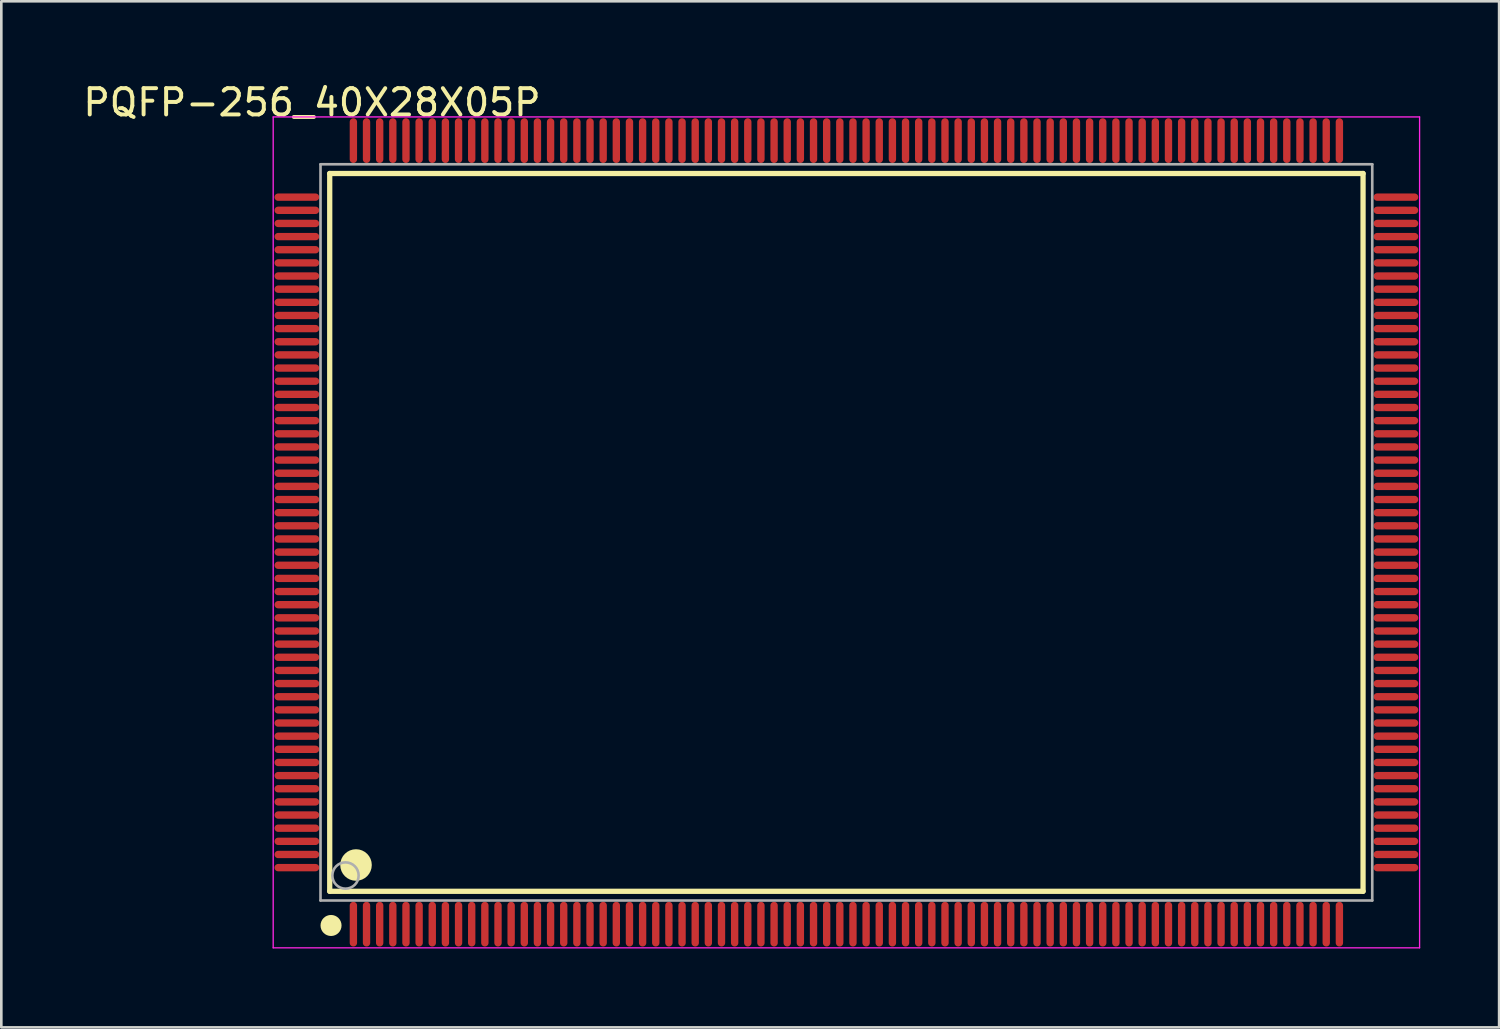
<source format=kicad_pcb>
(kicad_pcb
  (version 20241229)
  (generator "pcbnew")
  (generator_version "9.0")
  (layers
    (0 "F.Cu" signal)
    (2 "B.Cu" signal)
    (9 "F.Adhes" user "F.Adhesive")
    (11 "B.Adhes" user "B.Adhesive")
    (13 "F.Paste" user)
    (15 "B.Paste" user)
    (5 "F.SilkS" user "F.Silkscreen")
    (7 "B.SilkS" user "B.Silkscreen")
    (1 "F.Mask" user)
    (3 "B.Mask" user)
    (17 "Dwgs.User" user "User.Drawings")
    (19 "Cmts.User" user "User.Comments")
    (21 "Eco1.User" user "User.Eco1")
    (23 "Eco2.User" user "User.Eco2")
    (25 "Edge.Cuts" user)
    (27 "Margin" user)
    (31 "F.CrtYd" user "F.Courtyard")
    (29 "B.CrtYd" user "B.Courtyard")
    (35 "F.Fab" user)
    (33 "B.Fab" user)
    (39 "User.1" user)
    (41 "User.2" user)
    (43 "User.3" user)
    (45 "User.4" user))
  (footprint "PQFP-256_40X28X05P"
    (layer "F.Cu")
    (at 29.14 17.198)
    (property "Reference" "PQFP-256_40X28X05P" (at -20.324 -16.35 0) (layer "F.SilkS") (effects (font (size 1 1) (thickness 0.15))))
    (attr through_hole)
    (fp_line (start -19.65 -13.65) (end 19.65 -13.65) (stroke (width 0.2) (type solid)) (layer "F.SilkS"))
    (fp_line (start -19.65 13.65) (end -19.65 -13.65) (stroke (width 0.2) (type solid)) (layer "F.SilkS"))
    (fp_line (start -19.65 13.65) (end 19.65 13.65) (stroke (width 0.2) (type solid)) (layer "F.SilkS"))
    (fp_line (start 19.65 13.65) (end 19.65 -13.65) (stroke (width 0.2) (type solid)) (layer "F.SilkS"))
    (fp_circle (center -19.6 14.95) (end -19.4 14.95) (stroke (width 0.4) (type solid)) (fill no) (layer "F.SilkS"))
    (fp_circle (center -18.65 12.65) (end -18.35 12.65) (stroke (width 0.6) (type solid)) (fill no) (layer "F.SilkS"))
    (fp_line (start -21.8 -15.8) (end 21.8 -15.8) (stroke (width 0.05) (type solid)) (layer "F.CrtYd"))
    (fp_line (start -21.8 15.8) (end -21.8 -15.8) (stroke (width 0.05) (type solid)) (layer "F.CrtYd"))
    (fp_line (start 21.8 -15.8) (end 21.8 15.8) (stroke (width 0.05) (type solid)) (layer "F.CrtYd"))
    (fp_line (start 21.8 15.8) (end -21.8 15.8) (stroke (width 0.05) (type solid)) (layer "F.CrtYd"))
    (fp_line (start -20 -14) (end 20 -14) (stroke (width 0.1) (type solid)) (layer "F.Fab"))
    (fp_line (start -20 14) (end -20 -14) (stroke (width 0.1) (type solid)) (layer "F.Fab"))
    (fp_line (start -20 14) (end 20 14) (stroke (width 0.1) (type solid)) (layer "F.Fab"))
    (fp_line (start 20 14) (end 20 -14) (stroke (width 0.1) (type solid)) (layer "F.Fab"))
    (fp_circle (center -19.05 13.05) (end -18.55 13.05) (stroke (width 0.1) (type solid)) (fill no) (layer "F.Fab"))
    (pad "1" smd oval (at -18.75 14.9 180) (size 0.28 1.7) (layers "F.Cu" "F.Mask" "F.Paste"))
    (pad "2" smd oval (at -18.25 14.9 180) (size 0.28 1.7) (layers "F.Cu" "F.Mask" "F.Paste"))
    (pad "3" smd oval (at -17.75 14.9 180) (size 0.28 1.7) (layers "F.Cu" "F.Mask" "F.Paste"))
    (pad "4" smd oval (at -17.25 14.9 180) (size 0.28 1.7) (layers "F.Cu" "F.Mask" "F.Paste"))
    (pad "5" smd oval (at -16.75 14.9 180) (size 0.28 1.7) (layers "F.Cu" "F.Mask" "F.Paste"))
    (pad "6" smd oval (at -16.25 14.9 180) (size 0.28 1.7) (layers "F.Cu" "F.Mask" "F.Paste"))
    (pad "7" smd oval (at -15.75 14.9 180) (size 0.28 1.7) (layers "F.Cu" "F.Mask" "F.Paste"))
    (pad "8" smd oval (at -15.25 14.9 180) (size 0.28 1.7) (layers "F.Cu" "F.Mask" "F.Paste"))
    (pad "9" smd oval (at -14.75 14.9 180) (size 0.28 1.7) (layers "F.Cu" "F.Mask" "F.Paste"))
    (pad "10" smd oval (at -14.25 14.9 180) (size 0.28 1.7) (layers "F.Cu" "F.Mask" "F.Paste"))
    (pad "11" smd oval (at -13.75 14.9 180) (size 0.28 1.7) (layers "F.Cu" "F.Mask" "F.Paste"))
    (pad "12" smd oval (at -13.25 14.9 180) (size 0.28 1.7) (layers "F.Cu" "F.Mask" "F.Paste"))
    (pad "13" smd oval (at -12.75 14.9 180) (size 0.28 1.7) (layers "F.Cu" "F.Mask" "F.Paste"))
    (pad "14" smd oval (at -12.25 14.9 180) (size 0.28 1.7) (layers "F.Cu" "F.Mask" "F.Paste"))
    (pad "15" smd oval (at -11.75 14.9 180) (size 0.28 1.7) (layers "F.Cu" "F.Mask" "F.Paste"))
    (pad "16" smd oval (at -11.25 14.9 180) (size 0.28 1.7) (layers "F.Cu" "F.Mask" "F.Paste"))
    (pad "17" smd oval (at -10.75 14.9 180) (size 0.28 1.7) (layers "F.Cu" "F.Mask" "F.Paste"))
    (pad "18" smd oval (at -10.25 14.9 180) (size 0.28 1.7) (layers "F.Cu" "F.Mask" "F.Paste"))
    (pad "19" smd oval (at -9.75 14.9 180) (size 0.28 1.7) (layers "F.Cu" "F.Mask" "F.Paste"))
    (pad "20" smd oval (at -9.25 14.9 180) (size 0.28 1.7) (layers "F.Cu" "F.Mask" "F.Paste"))
    (pad "21" smd oval (at -8.75 14.9 180) (size 0.28 1.7) (layers "F.Cu" "F.Mask" "F.Paste"))
    (pad "22" smd oval (at -8.25 14.9 180) (size 0.28 1.7) (layers "F.Cu" "F.Mask" "F.Paste"))
    (pad "23" smd oval (at -7.75 14.9 180) (size 0.28 1.7) (layers "F.Cu" "F.Mask" "F.Paste"))
    (pad "24" smd oval (at -7.25 14.9 180) (size 0.28 1.7) (layers "F.Cu" "F.Mask" "F.Paste"))
    (pad "25" smd oval (at -6.75 14.9 180) (size 0.28 1.7) (layers "F.Cu" "F.Mask" "F.Paste"))
    (pad "26" smd oval (at -6.25 14.9 180) (size 0.28 1.7) (layers "F.Cu" "F.Mask" "F.Paste"))
    (pad "27" smd oval (at -5.75 14.9 180) (size 0.28 1.7) (layers "F.Cu" "F.Mask" "F.Paste"))
    (pad "28" smd oval (at -5.25 14.9 180) (size 0.28 1.7) (layers "F.Cu" "F.Mask" "F.Paste"))
    (pad "29" smd oval (at -4.75 14.9 180) (size 0.28 1.7) (layers "F.Cu" "F.Mask" "F.Paste"))
    (pad "30" smd oval (at -4.25 14.9 180) (size 0.28 1.7) (layers "F.Cu" "F.Mask" "F.Paste"))
    (pad "31" smd oval (at -3.75 14.9 180) (size 0.28 1.7) (layers "F.Cu" "F.Mask" "F.Paste"))
    (pad "32" smd oval (at -3.25 14.9 180) (size 0.28 1.7) (layers "F.Cu" "F.Mask" "F.Paste"))
    (pad "33" smd oval (at -2.75 14.9 180) (size 0.28 1.7) (layers "F.Cu" "F.Mask" "F.Paste"))
    (pad "34" smd oval (at -2.25 14.9 180) (size 0.28 1.7) (layers "F.Cu" "F.Mask" "F.Paste"))
    (pad "35" smd oval (at -1.75 14.9 180) (size 0.28 1.7) (layers "F.Cu" "F.Mask" "F.Paste"))
    (pad "36" smd oval (at -1.25 14.9 180) (size 0.28 1.7) (layers "F.Cu" "F.Mask" "F.Paste"))
    (pad "37" smd oval (at -0.75 14.9 180) (size 0.28 1.7) (layers "F.Cu" "F.Mask" "F.Paste"))
    (pad "38" smd oval (at -0.25 14.9 180) (size 0.28 1.7) (layers "F.Cu" "F.Mask" "F.Paste"))
    (pad "39" smd oval (at 0.25 14.9 180) (size 0.28 1.7) (layers "F.Cu" "F.Mask" "F.Paste"))
    (pad "40" smd oval (at 0.75 14.9 180) (size 0.28 1.7) (layers "F.Cu" "F.Mask" "F.Paste"))
    (pad "41" smd oval (at 1.25 14.9 180) (size 0.28 1.7) (layers "F.Cu" "F.Mask" "F.Paste"))
    (pad "42" smd oval (at 1.75 14.9 180) (size 0.28 1.7) (layers "F.Cu" "F.Mask" "F.Paste"))
    (pad "43" smd oval (at 2.25 14.9 180) (size 0.28 1.7) (layers "F.Cu" "F.Mask" "F.Paste"))
    (pad "44" smd oval (at 2.75 14.9 180) (size 0.28 1.7) (layers "F.Cu" "F.Mask" "F.Paste"))
    (pad "45" smd oval (at 3.25 14.9 180) (size 0.28 1.7) (layers "F.Cu" "F.Mask" "F.Paste"))
    (pad "46" smd oval (at 3.75 14.9 180) (size 0.28 1.7) (layers "F.Cu" "F.Mask" "F.Paste"))
    (pad "47" smd oval (at 4.25 14.9 180) (size 0.28 1.7) (layers "F.Cu" "F.Mask" "F.Paste"))
    (pad "48" smd oval (at 4.75 14.9 180) (size 0.28 1.7) (layers "F.Cu" "F.Mask" "F.Paste"))
    (pad "49" smd oval (at 5.25 14.9 180) (size 0.28 1.7) (layers "F.Cu" "F.Mask" "F.Paste"))
    (pad "50" smd oval (at 5.75 14.9 180) (size 0.28 1.7) (layers "F.Cu" "F.Mask" "F.Paste"))
    (pad "51" smd oval (at 6.25 14.9 180) (size 0.28 1.7) (layers "F.Cu" "F.Mask" "F.Paste"))
    (pad "52" smd oval (at 6.75 14.9 180) (size 0.28 1.7) (layers "F.Cu" "F.Mask" "F.Paste"))
    (pad "53" smd oval (at 7.25 14.9 180) (size 0.28 1.7) (layers "F.Cu" "F.Mask" "F.Paste"))
    (pad "54" smd oval (at 7.75 14.9 180) (size 0.28 1.7) (layers "F.Cu" "F.Mask" "F.Paste"))
    (pad "55" smd oval (at 8.25 14.9 180) (size 0.28 1.7) (layers "F.Cu" "F.Mask" "F.Paste"))
    (pad "56" smd oval (at 8.75 14.9 180) (size 0.28 1.7) (layers "F.Cu" "F.Mask" "F.Paste"))
    (pad "57" smd oval (at 9.25 14.9 180) (size 0.28 1.7) (layers "F.Cu" "F.Mask" "F.Paste"))
    (pad "58" smd oval (at 9.75 14.9 180) (size 0.28 1.7) (layers "F.Cu" "F.Mask" "F.Paste"))
    (pad "59" smd oval (at 10.25 14.9 180) (size 0.28 1.7) (layers "F.Cu" "F.Mask" "F.Paste"))
    (pad "60" smd oval (at 10.75 14.9 180) (size 0.28 1.7) (layers "F.Cu" "F.Mask" "F.Paste"))
    (pad "61" smd oval (at 11.25 14.9 180) (size 0.28 1.7) (layers "F.Cu" "F.Mask" "F.Paste"))
    (pad "62" smd oval (at 11.75 14.9 180) (size 0.28 1.7) (layers "F.Cu" "F.Mask" "F.Paste"))
    (pad "63" smd oval (at 12.25 14.9 180) (size 0.28 1.7) (layers "F.Cu" "F.Mask" "F.Paste"))
    (pad "64" smd oval (at 12.75 14.9 180) (size 0.28 1.7) (layers "F.Cu" "F.Mask" "F.Paste"))
    (pad "65" smd oval (at 13.25 14.9 180) (size 0.28 1.7) (layers "F.Cu" "F.Mask" "F.Paste"))
    (pad "66" smd oval (at 13.75 14.9 180) (size 0.28 1.7) (layers "F.Cu" "F.Mask" "F.Paste"))
    (pad "67" smd oval (at 14.25 14.9 180) (size 0.28 1.7) (layers "F.Cu" "F.Mask" "F.Paste"))
    (pad "68" smd oval (at 14.75 14.9 180) (size 0.28 1.7) (layers "F.Cu" "F.Mask" "F.Paste"))
    (pad "69" smd oval (at 15.25 14.9 180) (size 0.28 1.7) (layers "F.Cu" "F.Mask" "F.Paste"))
    (pad "70" smd oval (at 15.75 14.9 180) (size 0.28 1.7) (layers "F.Cu" "F.Mask" "F.Paste"))
    (pad "71" smd oval (at 16.25 14.9 180) (size 0.28 1.7) (layers "F.Cu" "F.Mask" "F.Paste"))
    (pad "72" smd oval (at 16.75 14.9 180) (size 0.28 1.7) (layers "F.Cu" "F.Mask" "F.Paste"))
    (pad "73" smd oval (at 17.25 14.9 180) (size 0.28 1.7) (layers "F.Cu" "F.Mask" "F.Paste"))
    (pad "74" smd oval (at 17.75 14.9 180) (size 0.28 1.7) (layers "F.Cu" "F.Mask" "F.Paste"))
    (pad "75" smd oval (at 18.25 14.9 180) (size 0.28 1.7) (layers "F.Cu" "F.Mask" "F.Paste"))
    (pad "76" smd oval (at 18.75 14.9 180) (size 0.28 1.7) (layers "F.Cu" "F.Mask" "F.Paste"))
    (pad "77" smd oval (at 20.9 12.75 90) (size 0.28 1.7) (layers "F.Cu" "F.Mask" "F.Paste"))
    (pad "78" smd oval (at 20.9 12.25 90) (size 0.28 1.7) (layers "F.Cu" "F.Mask" "F.Paste"))
    (pad "79" smd oval (at 20.9 11.75 90) (size 0.28 1.7) (layers "F.Cu" "F.Mask" "F.Paste"))
    (pad "80" smd oval (at 20.9 11.25 90) (size 0.28 1.7) (layers "F.Cu" "F.Mask" "F.Paste"))
    (pad "81" smd oval (at 20.9 10.75 90) (size 0.28 1.7) (layers "F.Cu" "F.Mask" "F.Paste"))
    (pad "82" smd oval (at 20.9 10.25 90) (size 0.28 1.7) (layers "F.Cu" "F.Mask" "F.Paste"))
    (pad "83" smd oval (at 20.9 9.75 90) (size 0.28 1.7) (layers "F.Cu" "F.Mask" "F.Paste"))
    (pad "84" smd oval (at 20.9 9.25 90) (size 0.28 1.7) (layers "F.Cu" "F.Mask" "F.Paste"))
    (pad "85" smd oval (at 20.9 8.75 90) (size 0.28 1.7) (layers "F.Cu" "F.Mask" "F.Paste"))
    (pad "86" smd oval (at 20.9 8.25 90) (size 0.28 1.7) (layers "F.Cu" "F.Mask" "F.Paste"))
    (pad "87" smd oval (at 20.9 7.75 90) (size 0.28 1.7) (layers "F.Cu" "F.Mask" "F.Paste"))
    (pad "88" smd oval (at 20.9 7.25 90) (size 0.28 1.7) (layers "F.Cu" "F.Mask" "F.Paste"))
    (pad "89" smd oval (at 20.9 6.75 90) (size 0.28 1.7) (layers "F.Cu" "F.Mask" "F.Paste"))
    (pad "90" smd oval (at 20.9 6.25 90) (size 0.28 1.7) (layers "F.Cu" "F.Mask" "F.Paste"))
    (pad "91" smd oval (at 20.9 5.75 90) (size 0.28 1.7) (layers "F.Cu" "F.Mask" "F.Paste"))
    (pad "92" smd oval (at 20.9 5.25 90) (size 0.28 1.7) (layers "F.Cu" "F.Mask" "F.Paste"))
    (pad "93" smd oval (at 20.9 4.75 90) (size 0.28 1.7) (layers "F.Cu" "F.Mask" "F.Paste"))
    (pad "94" smd oval (at 20.9 4.25 90) (size 0.28 1.7) (layers "F.Cu" "F.Mask" "F.Paste"))
    (pad "95" smd oval (at 20.9 3.75 90) (size 0.28 1.7) (layers "F.Cu" "F.Mask" "F.Paste"))
    (pad "96" smd oval (at 20.9 3.25 90) (size 0.28 1.7) (layers "F.Cu" "F.Mask" "F.Paste"))
    (pad "97" smd oval (at 20.9 2.75 90) (size 0.28 1.7) (layers "F.Cu" "F.Mask" "F.Paste"))
    (pad "98" smd oval (at 20.9 2.25 90) (size 0.28 1.7) (layers "F.Cu" "F.Mask" "F.Paste"))
    (pad "99" smd oval (at 20.9 1.75 90) (size 0.28 1.7) (layers "F.Cu" "F.Mask" "F.Paste"))
    (pad "100" smd oval (at 20.9 1.25 90) (size 0.28 1.7) (layers "F.Cu" "F.Mask" "F.Paste"))
    (pad "101" smd oval (at 20.9 0.75 90) (size 0.28 1.7) (layers "F.Cu" "F.Mask" "F.Paste"))
    (pad "102" smd oval (at 20.9 0.25 90) (size 0.28 1.7) (layers "F.Cu" "F.Mask" "F.Paste"))
    (pad "103" smd oval (at 20.9 -0.25 90) (size 0.28 1.7) (layers "F.Cu" "F.Mask" "F.Paste"))
    (pad "104" smd oval (at 20.9 -0.75 90) (size 0.28 1.7) (layers "F.Cu" "F.Mask" "F.Paste"))
    (pad "105" smd oval (at 20.9 -1.25 90) (size 0.28 1.7) (layers "F.Cu" "F.Mask" "F.Paste"))
    (pad "106" smd oval (at 20.9 -1.75 90) (size 0.28 1.7) (layers "F.Cu" "F.Mask" "F.Paste"))
    (pad "107" smd oval (at 20.9 -2.25 90) (size 0.28 1.7) (layers "F.Cu" "F.Mask" "F.Paste"))
    (pad "108" smd oval (at 20.9 -2.75 90) (size 0.28 1.7) (layers "F.Cu" "F.Mask" "F.Paste"))
    (pad "109" smd oval (at 20.9 -3.25 90) (size 0.28 1.7) (layers "F.Cu" "F.Mask" "F.Paste"))
    (pad "110" smd oval (at 20.9 -3.75 90) (size 0.28 1.7) (layers "F.Cu" "F.Mask" "F.Paste"))
    (pad "111" smd oval (at 20.9 -4.25 90) (size 0.28 1.7) (layers "F.Cu" "F.Mask" "F.Paste"))
    (pad "112" smd oval (at 20.9 -4.75 90) (size 0.28 1.7) (layers "F.Cu" "F.Mask" "F.Paste"))
    (pad "113" smd oval (at 20.9 -5.25 90) (size 0.28 1.7) (layers "F.Cu" "F.Mask" "F.Paste"))
    (pad "114" smd oval (at 20.9 -5.75 90) (size 0.28 1.7) (layers "F.Cu" "F.Mask" "F.Paste"))
    (pad "115" smd oval (at 20.9 -6.25 90) (size 0.28 1.7) (layers "F.Cu" "F.Mask" "F.Paste"))
    (pad "116" smd oval (at 20.9 -6.75 90) (size 0.28 1.7) (layers "F.Cu" "F.Mask" "F.Paste"))
    (pad "117" smd oval (at 20.9 -7.25 90) (size 0.28 1.7) (layers "F.Cu" "F.Mask" "F.Paste"))
    (pad "118" smd oval (at 20.9 -7.75 90) (size 0.28 1.7) (layers "F.Cu" "F.Mask" "F.Paste"))
    (pad "119" smd oval (at 20.9 -8.25 90) (size 0.28 1.7) (layers "F.Cu" "F.Mask" "F.Paste"))
    (pad "120" smd oval (at 20.9 -8.75 90) (size 0.28 1.7) (layers "F.Cu" "F.Mask" "F.Paste"))
    (pad "121" smd oval (at 20.9 -9.25 90) (size 0.28 1.7) (layers "F.Cu" "F.Mask" "F.Paste"))
    (pad "122" smd oval (at 20.9 -9.75 90) (size 0.28 1.7) (layers "F.Cu" "F.Mask" "F.Paste"))
    (pad "123" smd oval (at 20.9 -10.25 90) (size 0.28 1.7) (layers "F.Cu" "F.Mask" "F.Paste"))
    (pad "124" smd oval (at 20.9 -10.75 90) (size 0.28 1.7) (layers "F.Cu" "F.Mask" "F.Paste"))
    (pad "125" smd oval (at 20.9 -11.25 90) (size 0.28 1.7) (layers "F.Cu" "F.Mask" "F.Paste"))
    (pad "126" smd oval (at 20.9 -11.75 90) (size 0.28 1.7) (layers "F.Cu" "F.Mask" "F.Paste"))
    (pad "127" smd oval (at 20.9 -12.25 90) (size 0.28 1.7) (layers "F.Cu" "F.Mask" "F.Paste"))
    (pad "128" smd oval (at 20.9 -12.75 90) (size 0.28 1.7) (layers "F.Cu" "F.Mask" "F.Paste"))
    (pad "129" smd oval (at 18.75 -14.9 180) (size 0.28 1.7) (layers "F.Cu" "F.Mask" "F.Paste"))
    (pad "130" smd oval (at 18.25 -14.9 180) (size 0.28 1.7) (layers "F.Cu" "F.Mask" "F.Paste"))
    (pad "131" smd oval (at 17.75 -14.9 180) (size 0.28 1.7) (layers "F.Cu" "F.Mask" "F.Paste"))
    (pad "132" smd oval (at 17.25 -14.9 180) (size 0.28 1.7) (layers "F.Cu" "F.Mask" "F.Paste"))
    (pad "133" smd oval (at 16.75 -14.9 180) (size 0.28 1.7) (layers "F.Cu" "F.Mask" "F.Paste"))
    (pad "134" smd oval (at 16.25 -14.9 180) (size 0.28 1.7) (layers "F.Cu" "F.Mask" "F.Paste"))
    (pad "135" smd oval (at 15.75 -14.9 180) (size 0.28 1.7) (layers "F.Cu" "F.Mask" "F.Paste"))
    (pad "136" smd oval (at 15.25 -14.9 180) (size 0.28 1.7) (layers "F.Cu" "F.Mask" "F.Paste"))
    (pad "137" smd oval (at 14.75 -14.9 180) (size 0.28 1.7) (layers "F.Cu" "F.Mask" "F.Paste"))
    (pad "138" smd oval (at 14.25 -14.9 180) (size 0.28 1.7) (layers "F.Cu" "F.Mask" "F.Paste"))
    (pad "139" smd oval (at 13.75 -14.9 180) (size 0.28 1.7) (layers "F.Cu" "F.Mask" "F.Paste"))
    (pad "140" smd oval (at 13.25 -14.9 180) (size 0.28 1.7) (layers "F.Cu" "F.Mask" "F.Paste"))
    (pad "141" smd oval (at 12.75 -14.9 180) (size 0.28 1.7) (layers "F.Cu" "F.Mask" "F.Paste"))
    (pad "142" smd oval (at 12.25 -14.9 180) (size 0.28 1.7) (layers "F.Cu" "F.Mask" "F.Paste"))
    (pad "143" smd oval (at 11.75 -14.9 180) (size 0.28 1.7) (layers "F.Cu" "F.Mask" "F.Paste"))
    (pad "144" smd oval (at 11.25 -14.9 180) (size 0.28 1.7) (layers "F.Cu" "F.Mask" "F.Paste"))
    (pad "145" smd oval (at 10.75 -14.9 180) (size 0.28 1.7) (layers "F.Cu" "F.Mask" "F.Paste"))
    (pad "146" smd oval (at 10.25 -14.9 180) (size 0.28 1.7) (layers "F.Cu" "F.Mask" "F.Paste"))
    (pad "147" smd oval (at 9.75 -14.9 180) (size 0.28 1.7) (layers "F.Cu" "F.Mask" "F.Paste"))
    (pad "148" smd oval (at 9.25 -14.9 180) (size 0.28 1.7) (layers "F.Cu" "F.Mask" "F.Paste"))
    (pad "149" smd oval (at 8.75 -14.9 180) (size 0.28 1.7) (layers "F.Cu" "F.Mask" "F.Paste"))
    (pad "150" smd oval (at 8.25 -14.9 180) (size 0.28 1.7) (layers "F.Cu" "F.Mask" "F.Paste"))
    (pad "151" smd oval (at 7.75 -14.9 180) (size 0.28 1.7) (layers "F.Cu" "F.Mask" "F.Paste"))
    (pad "152" smd oval (at 7.25 -14.9 180) (size 0.28 1.7) (layers "F.Cu" "F.Mask" "F.Paste"))
    (pad "153" smd oval (at 6.75 -14.9 180) (size 0.28 1.7) (layers "F.Cu" "F.Mask" "F.Paste"))
    (pad "154" smd oval (at 6.25 -14.9 180) (size 0.28 1.7) (layers "F.Cu" "F.Mask" "F.Paste"))
    (pad "155" smd oval (at 5.75 -14.9 180) (size 0.28 1.7) (layers "F.Cu" "F.Mask" "F.Paste"))
    (pad "156" smd oval (at 5.25 -14.9 180) (size 0.28 1.7) (layers "F.Cu" "F.Mask" "F.Paste"))
    (pad "157" smd oval (at 4.75 -14.9 180) (size 0.28 1.7) (layers "F.Cu" "F.Mask" "F.Paste"))
    (pad "158" smd oval (at 4.25 -14.9 180) (size 0.28 1.7) (layers "F.Cu" "F.Mask" "F.Paste"))
    (pad "159" smd oval (at 3.75 -14.9 180) (size 0.28 1.7) (layers "F.Cu" "F.Mask" "F.Paste"))
    (pad "160" smd oval (at 3.25 -14.9 180) (size 0.28 1.7) (layers "F.Cu" "F.Mask" "F.Paste"))
    (pad "161" smd oval (at 2.75 -14.9 180) (size 0.28 1.7) (layers "F.Cu" "F.Mask" "F.Paste"))
    (pad "162" smd oval (at 2.25 -14.9 180) (size 0.28 1.7) (layers "F.Cu" "F.Mask" "F.Paste"))
    (pad "163" smd oval (at 1.75 -14.9 180) (size 0.28 1.7) (layers "F.Cu" "F.Mask" "F.Paste"))
    (pad "164" smd oval (at 1.25 -14.9 180) (size 0.28 1.7) (layers "F.Cu" "F.Mask" "F.Paste"))
    (pad "165" smd oval (at 0.75 -14.9 180) (size 0.28 1.7) (layers "F.Cu" "F.Mask" "F.Paste"))
    (pad "166" smd oval (at 0.25 -14.9 180) (size 0.28 1.7) (layers "F.Cu" "F.Mask" "F.Paste"))
    (pad "167" smd oval (at -0.25 -14.9 180) (size 0.28 1.7) (layers "F.Cu" "F.Mask" "F.Paste"))
    (pad "168" smd oval (at -0.75 -14.9 180) (size 0.28 1.7) (layers "F.Cu" "F.Mask" "F.Paste"))
    (pad "169" smd oval (at -1.25 -14.9 180) (size 0.28 1.7) (layers "F.Cu" "F.Mask" "F.Paste"))
    (pad "170" smd oval (at -1.75 -14.9 180) (size 0.28 1.7) (layers "F.Cu" "F.Mask" "F.Paste"))
    (pad "171" smd oval (at -2.25 -14.9 180) (size 0.28 1.7) (layers "F.Cu" "F.Mask" "F.Paste"))
    (pad "172" smd oval (at -2.75 -14.9 180) (size 0.28 1.7) (layers "F.Cu" "F.Mask" "F.Paste"))
    (pad "173" smd oval (at -3.25 -14.9 180) (size 0.28 1.7) (layers "F.Cu" "F.Mask" "F.Paste"))
    (pad "174" smd oval (at -3.75 -14.9 180) (size 0.28 1.7) (layers "F.Cu" "F.Mask" "F.Paste"))
    (pad "175" smd oval (at -4.25 -14.9 180) (size 0.28 1.7) (layers "F.Cu" "F.Mask" "F.Paste"))
    (pad "176" smd oval (at -4.75 -14.9 180) (size 0.28 1.7) (layers "F.Cu" "F.Mask" "F.Paste"))
    (pad "177" smd oval (at -5.25 -14.9 180) (size 0.28 1.7) (layers "F.Cu" "F.Mask" "F.Paste"))
    (pad "178" smd oval (at -5.75 -14.9 180) (size 0.28 1.7) (layers "F.Cu" "F.Mask" "F.Paste"))
    (pad "179" smd oval (at -6.25 -14.9 180) (size 0.28 1.7) (layers "F.Cu" "F.Mask" "F.Paste"))
    (pad "180" smd oval (at -6.75 -14.9 180) (size 0.28 1.7) (layers "F.Cu" "F.Mask" "F.Paste"))
    (pad "181" smd oval (at -7.25 -14.9 180) (size 0.28 1.7) (layers "F.Cu" "F.Mask" "F.Paste"))
    (pad "182" smd oval (at -7.75 -14.9 180) (size 0.28 1.7) (layers "F.Cu" "F.Mask" "F.Paste"))
    (pad "183" smd oval (at -8.25 -14.9 180) (size 0.28 1.7) (layers "F.Cu" "F.Mask" "F.Paste"))
    (pad "184" smd oval (at -8.75 -14.9 180) (size 0.28 1.7) (layers "F.Cu" "F.Mask" "F.Paste"))
    (pad "185" smd oval (at -9.25 -14.9 180) (size 0.28 1.7) (layers "F.Cu" "F.Mask" "F.Paste"))
    (pad "186" smd oval (at -9.75 -14.9 180) (size 0.28 1.7) (layers "F.Cu" "F.Mask" "F.Paste"))
    (pad "187" smd oval (at -10.25 -14.9 180) (size 0.28 1.7) (layers "F.Cu" "F.Mask" "F.Paste"))
    (pad "188" smd oval (at -10.75 -14.9 180) (size 0.28 1.7) (layers "F.Cu" "F.Mask" "F.Paste"))
    (pad "189" smd oval (at -11.25 -14.9 180) (size 0.28 1.7) (layers "F.Cu" "F.Mask" "F.Paste"))
    (pad "190" smd oval (at -11.75 -14.9 180) (size 0.28 1.7) (layers "F.Cu" "F.Mask" "F.Paste"))
    (pad "191" smd oval (at -12.25 -14.9 180) (size 0.28 1.7) (layers "F.Cu" "F.Mask" "F.Paste"))
    (pad "192" smd oval (at -12.75 -14.9 180) (size 0.28 1.7) (layers "F.Cu" "F.Mask" "F.Paste"))
    (pad "193" smd oval (at -13.25 -14.9 180) (size 0.28 1.7) (layers "F.Cu" "F.Mask" "F.Paste"))
    (pad "194" smd oval (at -13.75 -14.9 180) (size 0.28 1.7) (layers "F.Cu" "F.Mask" "F.Paste"))
    (pad "195" smd oval (at -14.25 -14.9 180) (size 0.28 1.7) (layers "F.Cu" "F.Mask" "F.Paste"))
    (pad "196" smd oval (at -14.75 -14.9 180) (size 0.28 1.7) (layers "F.Cu" "F.Mask" "F.Paste"))
    (pad "197" smd oval (at -15.25 -14.9 180) (size 0.28 1.7) (layers "F.Cu" "F.Mask" "F.Paste"))
    (pad "198" smd oval (at -15.75 -14.9 180) (size 0.28 1.7) (layers "F.Cu" "F.Mask" "F.Paste"))
    (pad "199" smd oval (at -16.25 -14.9 180) (size 0.28 1.7) (layers "F.Cu" "F.Mask" "F.Paste"))
    (pad "200" smd oval (at -16.75 -14.9 180) (size 0.28 1.7) (layers "F.Cu" "F.Mask" "F.Paste"))
    (pad "201" smd oval (at -17.25 -14.9 180) (size 0.28 1.7) (layers "F.Cu" "F.Mask" "F.Paste"))
    (pad "202" smd oval (at -17.75 -14.9 180) (size 0.28 1.7) (layers "F.Cu" "F.Mask" "F.Paste"))
    (pad "203" smd oval (at -18.25 -14.9 180) (size 0.28 1.7) (layers "F.Cu" "F.Mask" "F.Paste"))
    (pad "204" smd oval (at -18.75 -14.9 180) (size 0.28 1.7) (layers "F.Cu" "F.Mask" "F.Paste"))
    (pad "205" smd oval (at -20.9 -12.75 90) (size 0.28 1.7) (layers "F.Cu" "F.Mask" "F.Paste"))
    (pad "206" smd oval (at -20.9 -12.25 90) (size 0.28 1.7) (layers "F.Cu" "F.Mask" "F.Paste"))
    (pad "207" smd oval (at -20.9 -11.75 90) (size 0.28 1.7) (layers "F.Cu" "F.Mask" "F.Paste"))
    (pad "208" smd oval (at -20.9 -11.25 90) (size 0.28 1.7) (layers "F.Cu" "F.Mask" "F.Paste"))
    (pad "209" smd oval (at -20.9 -10.75 90) (size 0.28 1.7) (layers "F.Cu" "F.Mask" "F.Paste"))
    (pad "210" smd oval (at -20.9 -10.25 90) (size 0.28 1.7) (layers "F.Cu" "F.Mask" "F.Paste"))
    (pad "211" smd oval (at -20.9 -9.75 90) (size 0.28 1.7) (layers "F.Cu" "F.Mask" "F.Paste"))
    (pad "212" smd oval (at -20.9 -9.25 90) (size 0.28 1.7) (layers "F.Cu" "F.Mask" "F.Paste"))
    (pad "213" smd oval (at -20.9 -8.75 90) (size 0.28 1.7) (layers "F.Cu" "F.Mask" "F.Paste"))
    (pad "214" smd oval (at -20.9 -8.25 90) (size 0.28 1.7) (layers "F.Cu" "F.Mask" "F.Paste"))
    (pad "215" smd oval (at -20.9 -7.75 90) (size 0.28 1.7) (layers "F.Cu" "F.Mask" "F.Paste"))
    (pad "216" smd oval (at -20.9 -7.25 90) (size 0.28 1.7) (layers "F.Cu" "F.Mask" "F.Paste"))
    (pad "217" smd oval (at -20.9 -6.75 90) (size 0.28 1.7) (layers "F.Cu" "F.Mask" "F.Paste"))
    (pad "218" smd oval (at -20.9 -6.25 90) (size 0.28 1.7) (layers "F.Cu" "F.Mask" "F.Paste"))
    (pad "219" smd oval (at -20.9 -5.75 90) (size 0.28 1.7) (layers "F.Cu" "F.Mask" "F.Paste"))
    (pad "220" smd oval (at -20.9 -5.25 90) (size 0.28 1.7) (layers "F.Cu" "F.Mask" "F.Paste"))
    (pad "221" smd oval (at -20.9 -4.75 90) (size 0.28 1.7) (layers "F.Cu" "F.Mask" "F.Paste"))
    (pad "222" smd oval (at -20.9 -4.25 90) (size 0.28 1.7) (layers "F.Cu" "F.Mask" "F.Paste"))
    (pad "223" smd oval (at -20.9 -3.75 90) (size 0.28 1.7) (layers "F.Cu" "F.Mask" "F.Paste"))
    (pad "224" smd oval (at -20.9 -3.25 90) (size 0.28 1.7) (layers "F.Cu" "F.Mask" "F.Paste"))
    (pad "225" smd oval (at -20.9 -2.75 90) (size 0.28 1.7) (layers "F.Cu" "F.Mask" "F.Paste"))
    (pad "226" smd oval (at -20.9 -2.25 90) (size 0.28 1.7) (layers "F.Cu" "F.Mask" "F.Paste"))
    (pad "227" smd oval (at -20.9 -1.75 90) (size 0.28 1.7) (layers "F.Cu" "F.Mask" "F.Paste"))
    (pad "228" smd oval (at -20.9 -1.25 90) (size 0.28 1.7) (layers "F.Cu" "F.Mask" "F.Paste"))
    (pad "229" smd oval (at -20.9 -0.75 90) (size 0.28 1.7) (layers "F.Cu" "F.Mask" "F.Paste"))
    (pad "230" smd oval (at -20.9 -0.25 90) (size 0.28 1.7) (layers "F.Cu" "F.Mask" "F.Paste"))
    (pad "231" smd oval (at -20.9 0.25 90) (size 0.28 1.7) (layers "F.Cu" "F.Mask" "F.Paste"))
    (pad "232" smd oval (at -20.9 0.75 90) (size 0.28 1.7) (layers "F.Cu" "F.Mask" "F.Paste"))
    (pad "233" smd oval (at -20.9 1.25 90) (size 0.28 1.7) (layers "F.Cu" "F.Mask" "F.Paste"))
    (pad "234" smd oval (at -20.9 1.75 90) (size 0.28 1.7) (layers "F.Cu" "F.Mask" "F.Paste"))
    (pad "235" smd oval (at -20.9 2.25 90) (size 0.28 1.7) (layers "F.Cu" "F.Mask" "F.Paste"))
    (pad "236" smd oval (at -20.9 2.75 90) (size 0.28 1.7) (layers "F.Cu" "F.Mask" "F.Paste"))
    (pad "237" smd oval (at -20.9 3.25 90) (size 0.28 1.7) (layers "F.Cu" "F.Mask" "F.Paste"))
    (pad "238" smd oval (at -20.9 3.75 90) (size 0.28 1.7) (layers "F.Cu" "F.Mask" "F.Paste"))
    (pad "239" smd oval (at -20.9 4.25 90) (size 0.28 1.7) (layers "F.Cu" "F.Mask" "F.Paste"))
    (pad "240" smd oval (at -20.9 4.75 90) (size 0.28 1.7) (layers "F.Cu" "F.Mask" "F.Paste"))
    (pad "241" smd oval (at -20.9 5.25 90) (size 0.28 1.7) (layers "F.Cu" "F.Mask" "F.Paste"))
    (pad "242" smd oval (at -20.9 5.75 90) (size 0.28 1.7) (layers "F.Cu" "F.Mask" "F.Paste"))
    (pad "243" smd oval (at -20.9 6.25 90) (size 0.28 1.7) (layers "F.Cu" "F.Mask" "F.Paste"))
    (pad "244" smd oval (at -20.9 6.75 90) (size 0.28 1.7) (layers "F.Cu" "F.Mask" "F.Paste"))
    (pad "245" smd oval (at -20.9 7.25 90) (size 0.28 1.7) (layers "F.Cu" "F.Mask" "F.Paste"))
    (pad "246" smd oval (at -20.9 7.75 90) (size 0.28 1.7) (layers "F.Cu" "F.Mask" "F.Paste"))
    (pad "247" smd oval (at -20.9 8.25 90) (size 0.28 1.7) (layers "F.Cu" "F.Mask" "F.Paste"))
    (pad "248" smd oval (at -20.9 8.75 90) (size 0.28 1.7) (layers "F.Cu" "F.Mask" "F.Paste"))
    (pad "249" smd oval (at -20.9 9.25 90) (size 0.28 1.7) (layers "F.Cu" "F.Mask" "F.Paste"))
    (pad "250" smd oval (at -20.9 9.75 90) (size 0.28 1.7) (layers "F.Cu" "F.Mask" "F.Paste"))
    (pad "251" smd oval (at -20.9 10.25 90) (size 0.28 1.7) (layers "F.Cu" "F.Mask" "F.Paste"))
    (pad "252" smd oval (at -20.9 10.75 90) (size 0.28 1.7) (layers "F.Cu" "F.Mask" "F.Paste"))
    (pad "253" smd oval (at -20.9 11.25 90) (size 0.28 1.7) (layers "F.Cu" "F.Mask" "F.Paste"))
    (pad "254" smd oval (at -20.9 11.75 90) (size 0.28 1.7) (layers "F.Cu" "F.Mask" "F.Paste"))
    (pad "255" smd oval (at -20.9 12.25 90) (size 0.28 1.7) (layers "F.Cu" "F.Mask" "F.Paste"))
    (pad "256" smd oval (at -20.9 12.75 90) (size 0.28 1.7) (layers "F.Cu" "F.Mask" "F.Paste")))
  (gr_rect
    (start -3 -3)
    (end 53.965 36.023)
    (stroke (width 0.1) (type default))
    (fill no)
    (layer "Edge.Cuts")))
</source>
